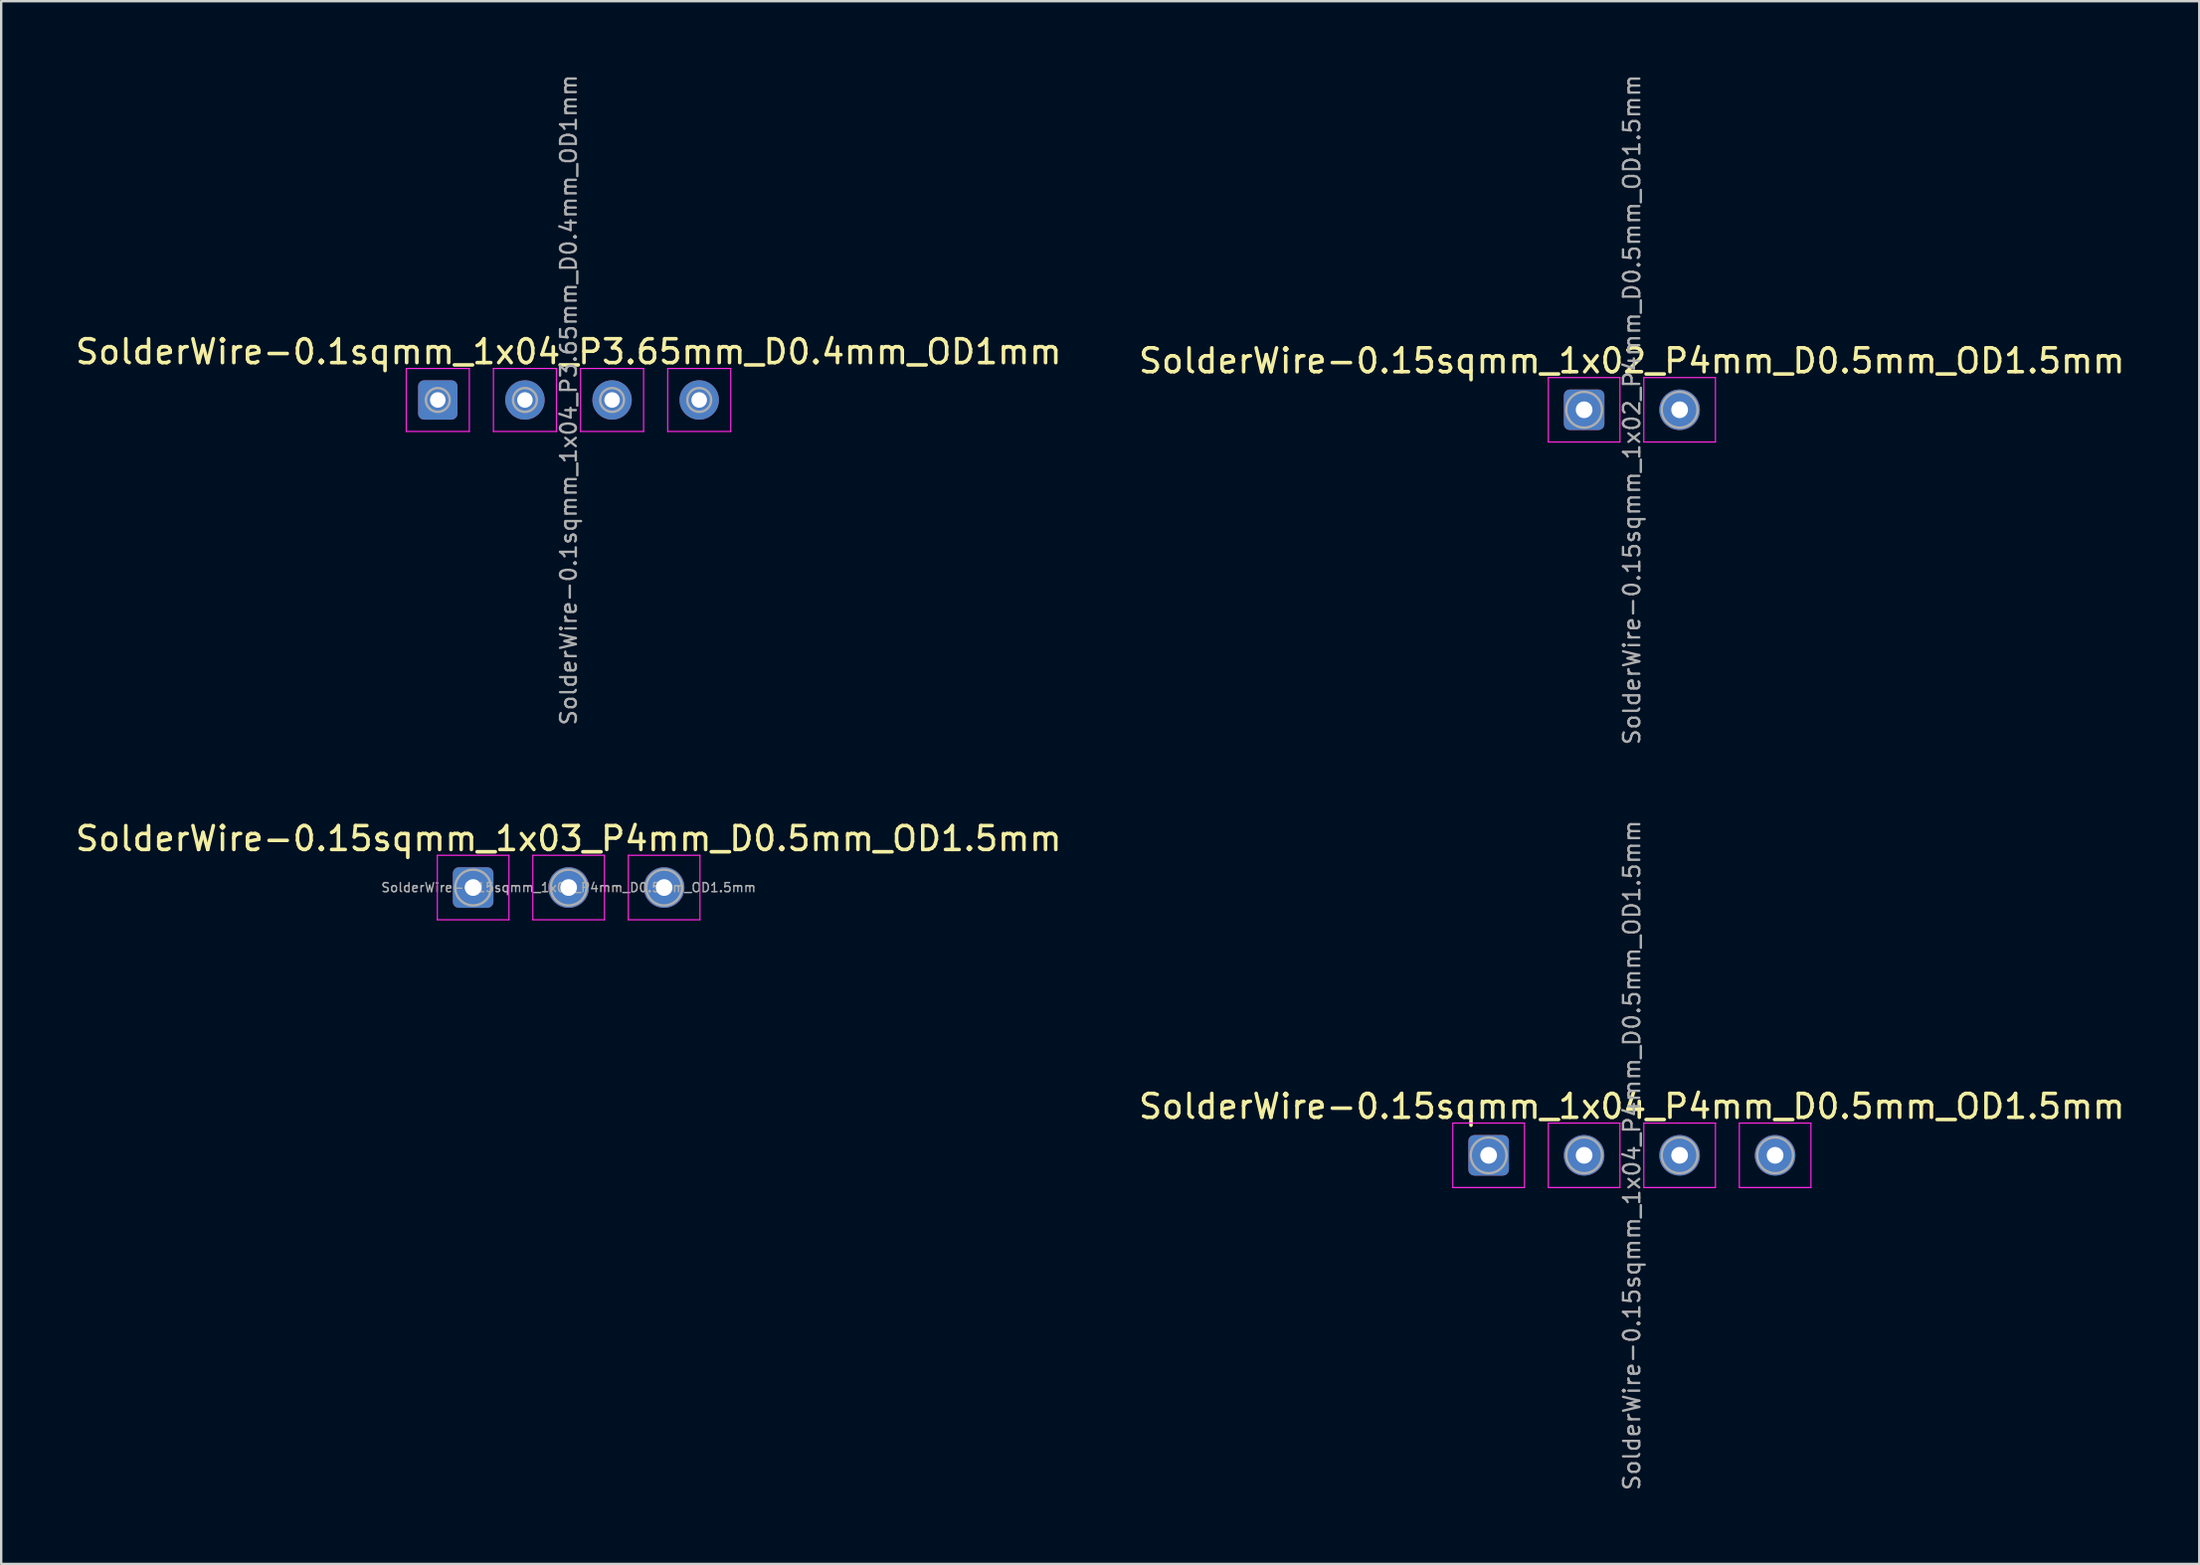
<source format=kicad_pcb>
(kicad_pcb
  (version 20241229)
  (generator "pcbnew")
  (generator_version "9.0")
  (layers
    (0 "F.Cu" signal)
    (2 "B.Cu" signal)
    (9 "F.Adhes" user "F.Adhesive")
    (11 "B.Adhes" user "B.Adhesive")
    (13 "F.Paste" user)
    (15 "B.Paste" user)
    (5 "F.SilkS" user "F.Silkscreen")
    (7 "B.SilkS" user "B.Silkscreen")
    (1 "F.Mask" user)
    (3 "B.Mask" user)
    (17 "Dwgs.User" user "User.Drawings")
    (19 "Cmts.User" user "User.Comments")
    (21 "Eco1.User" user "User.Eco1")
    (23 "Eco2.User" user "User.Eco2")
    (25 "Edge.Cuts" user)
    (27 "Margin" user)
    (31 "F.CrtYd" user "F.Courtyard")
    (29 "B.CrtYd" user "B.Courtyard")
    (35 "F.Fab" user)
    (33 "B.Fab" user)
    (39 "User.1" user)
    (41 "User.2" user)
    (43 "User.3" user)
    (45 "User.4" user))
  (footprint "SolderWire-0.1sqmm_1x04_P3.65mm_D0.4mm_OD1mm"
    (layer "F.Cu")
    (at 15.288 13.708)
    (property "Reference" "SolderWire-0.1sqmm_1x04_P3.65mm_D0.4mm_OD1mm" (at 5.48 -2.02 0) (layer "F.SilkS") (effects (font (size 1 1) (thickness 0.15))))
    (attr exclude_from_pos_files exclude_from_bom)
    (fp_line (start -1.32 -1.32) (end -1.32 1.32) (stroke (width 0.05) (type solid)) (layer "F.CrtYd"))
    (fp_line (start -1.32 1.32) (end 1.32 1.32) (stroke (width 0.05) (type solid)) (layer "F.CrtYd"))
    (fp_line (start 1.32 -1.32) (end -1.32 -1.32) (stroke (width 0.05) (type solid)) (layer "F.CrtYd"))
    (fp_line (start 1.32 1.32) (end 1.32 -1.32) (stroke (width 0.05) (type solid)) (layer "F.CrtYd"))
    (fp_line (start 2.33 -1.32) (end 2.33 1.32) (stroke (width 0.05) (type solid)) (layer "F.CrtYd"))
    (fp_line (start 2.33 1.32) (end 4.97 1.32) (stroke (width 0.05) (type solid)) (layer "F.CrtYd"))
    (fp_line (start 4.97 -1.32) (end 2.33 -1.32) (stroke (width 0.05) (type solid)) (layer "F.CrtYd"))
    (fp_line (start 4.97 1.32) (end 4.97 -1.32) (stroke (width 0.05) (type solid)) (layer "F.CrtYd"))
    (fp_line (start 5.98 -1.32) (end 5.98 1.32) (stroke (width 0.05) (type solid)) (layer "F.CrtYd"))
    (fp_line (start 5.98 1.32) (end 8.62 1.32) (stroke (width 0.05) (type solid)) (layer "F.CrtYd"))
    (fp_line (start 8.62 -1.32) (end 5.98 -1.32) (stroke (width 0.05) (type solid)) (layer "F.CrtYd"))
    (fp_line (start 8.62 1.32) (end 8.62 -1.32) (stroke (width 0.05) (type solid)) (layer "F.CrtYd"))
    (fp_line (start 9.63 -1.32) (end 9.63 1.32) (stroke (width 0.05) (type solid)) (layer "F.CrtYd"))
    (fp_line (start 9.63 1.32) (end 12.27 1.32) (stroke (width 0.05) (type solid)) (layer "F.CrtYd"))
    (fp_line (start 12.27 -1.32) (end 9.63 -1.32) (stroke (width 0.05) (type solid)) (layer "F.CrtYd"))
    (fp_line (start 12.27 1.32) (end 12.27 -1.32) (stroke (width 0.05) (type solid)) (layer "F.CrtYd"))
    (fp_circle (center 0 0) (end 0.5 0) (stroke (width 0.1) (type solid)) (fill no) (layer "F.Fab"))
    (fp_circle (center 3.65 0) (end 4.15 0) (stroke (width 0.1) (type solid)) (fill no) (layer "F.Fab"))
    (fp_circle (center 7.3 0) (end 7.8 0) (stroke (width 0.1) (type solid)) (fill no) (layer "F.Fab"))
    (fp_circle (center 10.95 0) (end 11.45 0) (stroke (width 0.1) (type solid)) (fill no) (layer "F.Fab"))
    (fp_text user "${REFERENCE}" (at 5.48 0 90) (layer "F.Fab") (effects (font (size 0.66 0.66) (thickness 0.1))))
    (pad "1" thru_hole roundrect (at 0 0) (size 1.65 1.65) (drill 0.65) (layers "*.Cu" "*.Mask") (roundrect_rratio 0.152))
    (pad "2" thru_hole circle (at 3.65 0) (size 1.65 1.65) (drill 0.65) (layers "*.Cu" "*.Mask"))
    (pad "3" thru_hole circle (at 7.3 0) (size 1.65 1.65) (drill 0.65) (layers "*.Cu" "*.Mask"))
    (pad "4" thru_hole circle (at 10.95 0) (size 1.65 1.65) (drill 0.65) (layers "*.Cu" "*.Mask")))
  (footprint "SolderWire-0.15sqmm_1x02_P4mm_D0.5mm_OD1.5mm"
    (layer "F.Cu")
    (at 63.304 14.119)
    (property "Reference" "SolderWire-0.15sqmm_1x02_P4mm_D0.5mm_OD1.5mm" (at 2 -2.05 0) (layer "F.SilkS") (effects (font (size 1 1) (thickness 0.15))))
    (attr exclude_from_pos_files exclude_from_bom)
    (fp_line (start -1.5 -1.35) (end -1.5 1.35) (stroke (width 0.05) (type solid)) (layer "F.CrtYd"))
    (fp_line (start -1.5 1.35) (end 1.5 1.35) (stroke (width 0.05) (type solid)) (layer "F.CrtYd"))
    (fp_line (start 1.5 -1.35) (end -1.5 -1.35) (stroke (width 0.05) (type solid)) (layer "F.CrtYd"))
    (fp_line (start 1.5 1.35) (end 1.5 -1.35) (stroke (width 0.05) (type solid)) (layer "F.CrtYd"))
    (fp_line (start 2.5 -1.35) (end 2.5 1.35) (stroke (width 0.05) (type solid)) (layer "F.CrtYd"))
    (fp_line (start 2.5 1.35) (end 5.5 1.35) (stroke (width 0.05) (type solid)) (layer "F.CrtYd"))
    (fp_line (start 5.5 -1.35) (end 2.5 -1.35) (stroke (width 0.05) (type solid)) (layer "F.CrtYd"))
    (fp_line (start 5.5 1.35) (end 5.5 -1.35) (stroke (width 0.05) (type solid)) (layer "F.CrtYd"))
    (fp_circle (center 0 0) (end 0.75 0) (stroke (width 0.1) (type solid)) (fill no) (layer "F.Fab"))
    (fp_circle (center 4 0) (end 4.75 0) (stroke (width 0.1) (type solid)) (fill no) (layer "F.Fab"))
    (fp_text user "${REFERENCE}" (at 2 0 90) (layer "F.Fab") (effects (font (size 0.68 0.68) (thickness 0.1))))
    (pad "1" thru_hole roundrect (at 0 0) (size 1.7 1.7) (drill 0.7) (layers "*.Cu" "*.Mask") (roundrect_rratio 0.147))
    (pad "2" thru_hole circle (at 4 0) (size 1.7 1.7) (drill 0.7) (layers "*.Cu" "*.Mask")))
  (footprint "SolderWire-0.15sqmm_1x04_P4mm_D0.5mm_OD1.5mm"
    (layer "F.Cu")
    (at 59.304 45.357)
    (property "Reference" "SolderWire-0.15sqmm_1x04_P4mm_D0.5mm_OD1.5mm" (at 6 -2.05 0) (layer "F.SilkS") (effects (font (size 1 1) (thickness 0.15))))
    (attr exclude_from_pos_files exclude_from_bom)
    (fp_line (start -1.5 -1.35) (end -1.5 1.35) (stroke (width 0.05) (type solid)) (layer "F.CrtYd"))
    (fp_line (start -1.5 1.35) (end 1.5 1.35) (stroke (width 0.05) (type solid)) (layer "F.CrtYd"))
    (fp_line (start 1.5 -1.35) (end -1.5 -1.35) (stroke (width 0.05) (type solid)) (layer "F.CrtYd"))
    (fp_line (start 1.5 1.35) (end 1.5 -1.35) (stroke (width 0.05) (type solid)) (layer "F.CrtYd"))
    (fp_line (start 2.5 -1.35) (end 2.5 1.35) (stroke (width 0.05) (type solid)) (layer "F.CrtYd"))
    (fp_line (start 2.5 1.35) (end 5.5 1.35) (stroke (width 0.05) (type solid)) (layer "F.CrtYd"))
    (fp_line (start 5.5 -1.35) (end 2.5 -1.35) (stroke (width 0.05) (type solid)) (layer "F.CrtYd"))
    (fp_line (start 5.5 1.35) (end 5.5 -1.35) (stroke (width 0.05) (type solid)) (layer "F.CrtYd"))
    (fp_line (start 6.5 -1.35) (end 6.5 1.35) (stroke (width 0.05) (type solid)) (layer "F.CrtYd"))
    (fp_line (start 6.5 1.35) (end 9.5 1.35) (stroke (width 0.05) (type solid)) (layer "F.CrtYd"))
    (fp_line (start 9.5 -1.35) (end 6.5 -1.35) (stroke (width 0.05) (type solid)) (layer "F.CrtYd"))
    (fp_line (start 9.5 1.35) (end 9.5 -1.35) (stroke (width 0.05) (type solid)) (layer "F.CrtYd"))
    (fp_line (start 10.5 -1.35) (end 10.5 1.35) (stroke (width 0.05) (type solid)) (layer "F.CrtYd"))
    (fp_line (start 10.5 1.35) (end 13.5 1.35) (stroke (width 0.05) (type solid)) (layer "F.CrtYd"))
    (fp_line (start 13.5 -1.35) (end 10.5 -1.35) (stroke (width 0.05) (type solid)) (layer "F.CrtYd"))
    (fp_line (start 13.5 1.35) (end 13.5 -1.35) (stroke (width 0.05) (type solid)) (layer "F.CrtYd"))
    (fp_circle (center 0 0) (end 0.75 0) (stroke (width 0.1) (type solid)) (fill no) (layer "F.Fab"))
    (fp_circle (center 4 0) (end 4.75 0) (stroke (width 0.1) (type solid)) (fill no) (layer "F.Fab"))
    (fp_circle (center 8 0) (end 8.75 0) (stroke (width 0.1) (type solid)) (fill no) (layer "F.Fab"))
    (fp_circle (center 12 0) (end 12.75 0) (stroke (width 0.1) (type solid)) (fill no) (layer "F.Fab"))
    (fp_text user "${REFERENCE}" (at 6 0 90) (layer "F.Fab") (effects (font (size 0.68 0.68) (thickness 0.1))))
    (pad "1" thru_hole roundrect (at 0 0) (size 1.7 1.7) (drill 0.7) (layers "*.Cu" "*.Mask") (roundrect_rratio 0.147))
    (pad "2" thru_hole circle (at 4 0) (size 1.7 1.7) (drill 0.7) (layers "*.Cu" "*.Mask"))
    (pad "3" thru_hole circle (at 8 0) (size 1.7 1.7) (drill 0.7) (layers "*.Cu" "*.Mask"))
    (pad "4" thru_hole circle (at 12 0) (size 1.7 1.7) (drill 0.7) (layers "*.Cu" "*.Mask")))
  (footprint "SolderWire-0.15sqmm_1x03_P4mm_D0.5mm_OD1.5mm"
    (layer "F.Cu")
    (at 16.768 34.137)
    (property "Reference" "SolderWire-0.15sqmm_1x03_P4mm_D0.5mm_OD1.5mm" (at 4 -2.05 0) (layer "F.SilkS") (effects (font (size 1 1) (thickness 0.15))))
    (attr exclude_from_pos_files exclude_from_bom)
    (fp_line (start -1.5 -1.35) (end -1.5 1.35) (stroke (width 0.05) (type solid)) (layer "F.CrtYd"))
    (fp_line (start -1.5 1.35) (end 1.5 1.35) (stroke (width 0.05) (type solid)) (layer "F.CrtYd"))
    (fp_line (start 1.5 -1.35) (end -1.5 -1.35) (stroke (width 0.05) (type solid)) (layer "F.CrtYd"))
    (fp_line (start 1.5 1.35) (end 1.5 -1.35) (stroke (width 0.05) (type solid)) (layer "F.CrtYd"))
    (fp_line (start 2.5 -1.35) (end 2.5 1.35) (stroke (width 0.05) (type solid)) (layer "F.CrtYd"))
    (fp_line (start 2.5 1.35) (end 5.5 1.35) (stroke (width 0.05) (type solid)) (layer "F.CrtYd"))
    (fp_line (start 5.5 -1.35) (end 2.5 -1.35) (stroke (width 0.05) (type solid)) (layer "F.CrtYd"))
    (fp_line (start 5.5 1.35) (end 5.5 -1.35) (stroke (width 0.05) (type solid)) (layer "F.CrtYd"))
    (fp_line (start 6.5 -1.35) (end 6.5 1.35) (stroke (width 0.05) (type solid)) (layer "F.CrtYd"))
    (fp_line (start 6.5 1.35) (end 9.5 1.35) (stroke (width 0.05) (type solid)) (layer "F.CrtYd"))
    (fp_line (start 9.5 -1.35) (end 6.5 -1.35) (stroke (width 0.05) (type solid)) (layer "F.CrtYd"))
    (fp_line (start 9.5 1.35) (end 9.5 -1.35) (stroke (width 0.05) (type solid)) (layer "F.CrtYd"))
    (fp_circle (center 0 0) (end 0.75 0) (stroke (width 0.1) (type solid)) (fill no) (layer "F.Fab"))
    (fp_circle (center 4 0) (end 4.75 0) (stroke (width 0.1) (type solid)) (fill no) (layer "F.Fab"))
    (fp_circle (center 8 0) (end 8.75 0) (stroke (width 0.1) (type solid)) (fill no) (layer "F.Fab"))
    (fp_text user "${REFERENCE}" (at 4 0 0) (layer "F.Fab") (effects (font (size 0.38 0.38) (thickness 0.06))))
    (pad "1" thru_hole roundrect (at 0 0) (size 1.7 1.7) (drill 0.7) (layers "*.Cu" "*.Mask") (roundrect_rratio 0.147))
    (pad "2" thru_hole circle (at 4 0) (size 1.7 1.7) (drill 0.7) (layers "*.Cu" "*.Mask"))
    (pad "3" thru_hole circle (at 8 0) (size 1.7 1.7) (drill 0.7) (layers "*.Cu" "*.Mask")))
  (gr_rect
    (start -3 -3)
    (end 89.071 62.477)
    (stroke (width 0.1) (type default))
    (fill no)
    (layer "Edge.Cuts")))
</source>
